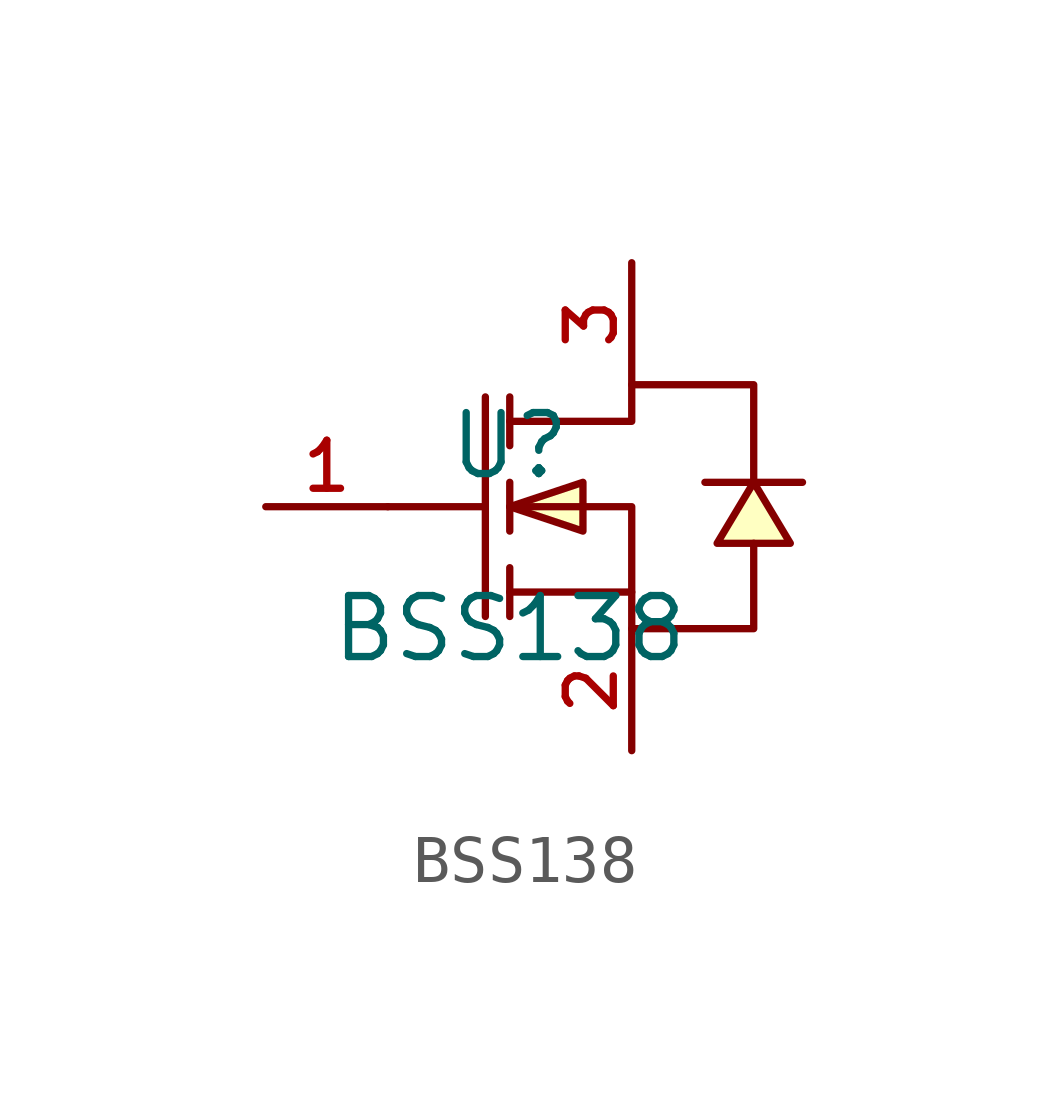
<source format=kicad_sym>
(kicad_symbol_lib
  (version 20220914)
  (generator kicad_symbol_editor)
  (symbol "BSS138"
    (pin_names hide)
    (property "Reference" "U"
      (at 0 1.27 0)
      (effects (font (size 1.27 1.27))))
    (property "Value" "BSS138"
      (at 0 -2.54 0)
      (effects (font (size 1.27 1.27))))
    (symbol "BSS138_0_1"
      (polyline (pts (xy -2.54 0) (xy -0.508 0)) (stroke (width 0) (type default)) (fill (type none)))
      (polyline (pts (xy -0.508 2.286) (xy -0.508 -2.286)) (stroke (width 0) (type default)) (fill (type none)))
      (polyline (pts (xy 0 -2.286) (xy 0 -1.27)) (stroke (width 0) (type default)) (fill (type none)))
      (polyline (pts (xy 0 -0.508) (xy 0 0.508)) (stroke (width 0) (type default)) (fill (type none)))
      (polyline (pts (xy 0 2.286) (xy 0 1.27)) (stroke (width 0) (type default)) (fill (type none)))
      (polyline (pts (xy 2.54 -1.778) (xy 0 -1.778)) (stroke (width 0) (type default)) (fill (type none)))
      (polyline (pts (xy 0 0) (xy 1.524 -0.508) (xy 1.524 0.508) (xy 0 0)) (stroke (width 0) (type default)) (fill (type background)))
      (polyline (pts (xy 5.08 0.508) (xy 4.318 -0.762) (xy 5.842 -0.762) (xy 5.08 0.508)) (stroke (width 0) (type default)) (fill (type background)))
      (polyline (pts (xy 6.096 0.508) (xy 5.588 0.508) (xy 4.572 0.508) (xy 4.064 0.508)) (stroke (width 0) (type default)) (fill (type none)))
      (polyline (pts (xy 0 0) (xy 2.54 0) (xy 2.54 -2.54) (xy 5.08 -2.54) (xy 5.08 -0.762)) (stroke (width 0) (type default)) (fill (type none)))
      (polyline (pts (xy 0 1.778) (xy 2.54 1.778) (xy 2.54 2.54) (xy 5.08 2.54) (xy 5.08 0.508)) (stroke (width 0) (type default)) (fill (type none))))
    (symbol "BSS138_1_1"
      (pin input line (at -5.08 0 0) (length 2.54) (name "G" (effects (font (size 1 1)))) (number "1" (effects (font (size 1 1)))))
      (pin passive line (at 2.54 -5.08 90) (length 2.54) (name "S" (effects (font (size 1 1)))) (number "2" (effects (font (size 1 1)))))
      (pin passive line (at 2.54 5.08 270) (length 2.54) (name "D" (effects (font (size 1 1)))) (number "3" (effects (font (size 1 1))))))))
</source>
